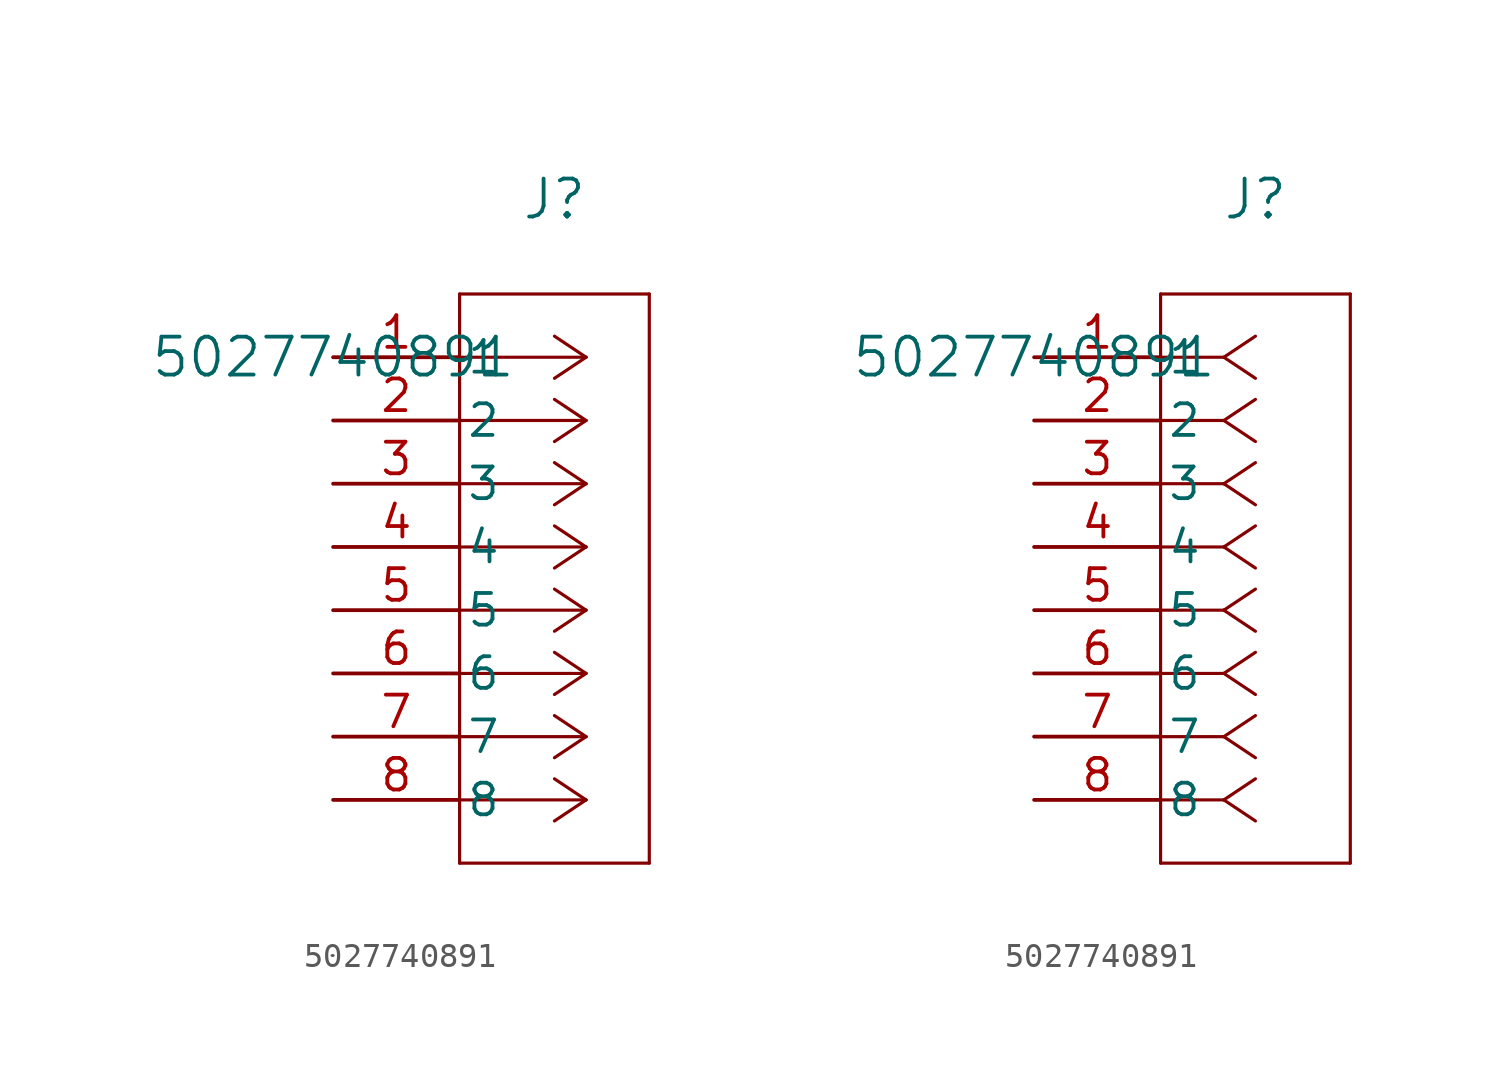
<source format=kicad_sym>
(kicad_symbol_lib
  (version 20211014)
  (generator kicad_symbol_editor)
  (symbol "5027740891"
    (pin_names
      (offset 0.254))
    (property "Reference" "J"
      (at 8.89 6.35 0)
      (effects (font (size 1.524 1.524))))
    (property "Value" "5027740891"
      (at 0 0 0)
      (effects (font (size 1.524 1.524))))
    (symbol "5027740891_1_1"
      (polyline (pts (xy 10.16 0) (xy 5.08 0)) (stroke (width 0.127) (type default) (color 0 0 0 0)) (fill (type none)))
      (polyline (pts (xy 10.16 -2.54) (xy 5.08 -2.54)) (stroke (width 0.127) (type default) (color 0 0 0 0)) (fill (type none)))
      (polyline (pts (xy 10.16 -5.08) (xy 5.08 -5.08)) (stroke (width 0.127) (type default) (color 0 0 0 0)) (fill (type none)))
      (polyline (pts (xy 10.16 -7.62) (xy 5.08 -7.62)) (stroke (width 0.127) (type default) (color 0 0 0 0)) (fill (type none)))
      (polyline (pts (xy 10.16 -10.16) (xy 5.08 -10.16)) (stroke (width 0.127) (type default) (color 0 0 0 0)) (fill (type none)))
      (polyline (pts (xy 10.16 -12.7) (xy 5.08 -12.7)) (stroke (width 0.127) (type default) (color 0 0 0 0)) (fill (type none)))
      (polyline (pts (xy 10.16 -15.24) (xy 5.08 -15.24)) (stroke (width 0.127) (type default) (color 0 0 0 0)) (fill (type none)))
      (polyline (pts (xy 10.16 -17.78) (xy 5.08 -17.78)) (stroke (width 0.127) (type default) (color 0 0 0 0)) (fill (type none)))
      (polyline (pts (xy 10.16 0) (xy 8.89 0.847)) (stroke (width 0.127) (type default) (color 0 0 0 0)) (fill (type none)))
      (polyline (pts (xy 10.16 -2.54) (xy 8.89 -1.693)) (stroke (width 0.127) (type default) (color 0 0 0 0)) (fill (type none)))
      (polyline (pts (xy 10.16 -5.08) (xy 8.89 -4.233)) (stroke (width 0.127) (type default) (color 0 0 0 0)) (fill (type none)))
      (polyline (pts (xy 10.16 -7.62) (xy 8.89 -6.773)) (stroke (width 0.127) (type default) (color 0 0 0 0)) (fill (type none)))
      (polyline (pts (xy 10.16 -10.16) (xy 8.89 -9.313)) (stroke (width 0.127) (type default) (color 0 0 0 0)) (fill (type none)))
      (polyline (pts (xy 10.16 -12.7) (xy 8.89 -11.853)) (stroke (width 0.127) (type default) (color 0 0 0 0)) (fill (type none)))
      (polyline (pts (xy 10.16 -15.24) (xy 8.89 -14.393)) (stroke (width 0.127) (type default) (color 0 0 0 0)) (fill (type none)))
      (polyline (pts (xy 10.16 -17.78) (xy 8.89 -16.933)) (stroke (width 0.127) (type default) (color 0 0 0 0)) (fill (type none)))
      (polyline (pts (xy 10.16 0) (xy 8.89 -0.847)) (stroke (width 0.127) (type default) (color 0 0 0 0)) (fill (type none)))
      (polyline (pts (xy 10.16 -2.54) (xy 8.89 -3.387)) (stroke (width 0.127) (type default) (color 0 0 0 0)) (fill (type none)))
      (polyline (pts (xy 10.16 -5.08) (xy 8.89 -5.927)) (stroke (width 0.127) (type default) (color 0 0 0 0)) (fill (type none)))
      (polyline (pts (xy 10.16 -7.62) (xy 8.89 -8.467)) (stroke (width 0.127) (type default) (color 0 0 0 0)) (fill (type none)))
      (polyline (pts (xy 10.16 -10.16) (xy 8.89 -11.007)) (stroke (width 0.127) (type default) (color 0 0 0 0)) (fill (type none)))
      (polyline (pts (xy 10.16 -12.7) (xy 8.89 -13.547)) (stroke (width 0.127) (type default) (color 0 0 0 0)) (fill (type none)))
      (polyline (pts (xy 10.16 -15.24) (xy 8.89 -16.087)) (stroke (width 0.127) (type default) (color 0 0 0 0)) (fill (type none)))
      (polyline (pts (xy 10.16 -17.78) (xy 8.89 -18.627)) (stroke (width 0.127) (type default) (color 0 0 0 0)) (fill (type none)))
      (polyline (pts (xy 5.08 2.54) (xy 5.08 -20.32)) (stroke (width 0.127) (type default) (color 0 0 0 0)) (fill (type none)))
      (polyline (pts (xy 5.08 -20.32) (xy 12.7 -20.32)) (stroke (width 0.127) (type default) (color 0 0 0 0)) (fill (type none)))
      (polyline (pts (xy 12.7 -20.32) (xy 12.7 2.54)) (stroke (width 0.127) (type default) (color 0 0 0 0)) (fill (type none)))
      (polyline (pts (xy 12.7 2.54) (xy 5.08 2.54)) (stroke (width 0.127) (type default) (color 0 0 0 0)) (fill (type none)))
      (pin unspecified line (at 0 0 0) (length 5.08) (name "1" (effects (font (size 1.27 1.27)))) (number "1" (effects (font (size 1.27 1.27)))))
      (pin unspecified line (at 0 -2.54 0) (length 5.08) (name "2" (effects (font (size 1.27 1.27)))) (number "2" (effects (font (size 1.27 1.27)))))
      (pin unspecified line (at 0 -5.08 0) (length 5.08) (name "3" (effects (font (size 1.27 1.27)))) (number "3" (effects (font (size 1.27 1.27)))))
      (pin unspecified line (at 0 -7.62 0) (length 5.08) (name "4" (effects (font (size 1.27 1.27)))) (number "4" (effects (font (size 1.27 1.27)))))
      (pin unspecified line (at 0 -10.16 0) (length 5.08) (name "5" (effects (font (size 1.27 1.27)))) (number "5" (effects (font (size 1.27 1.27)))))
      (pin unspecified line (at 0 -12.7 0) (length 5.08) (name "6" (effects (font (size 1.27 1.27)))) (number "6" (effects (font (size 1.27 1.27)))))
      (pin unspecified line (at 0 -15.24 0) (length 5.08) (name "7" (effects (font (size 1.27 1.27)))) (number "7" (effects (font (size 1.27 1.27)))))
      (pin unspecified line (at 0 -17.78 0) (length 5.08) (name "8" (effects (font (size 1.27 1.27)))) (number "8" (effects (font (size 1.27 1.27))))))
    (symbol "5027740891_1_2"
      (polyline (pts (xy 7.62 0) (xy 5.08 0)) (stroke (width 0.127) (type default) (color 0 0 0 0)) (fill (type none)))
      (polyline (pts (xy 7.62 -2.54) (xy 5.08 -2.54)) (stroke (width 0.127) (type default) (color 0 0 0 0)) (fill (type none)))
      (polyline (pts (xy 7.62 -5.08) (xy 5.08 -5.08)) (stroke (width 0.127) (type default) (color 0 0 0 0)) (fill (type none)))
      (polyline (pts (xy 7.62 -7.62) (xy 5.08 -7.62)) (stroke (width 0.127) (type default) (color 0 0 0 0)) (fill (type none)))
      (polyline (pts (xy 7.62 -10.16) (xy 5.08 -10.16)) (stroke (width 0.127) (type default) (color 0 0 0 0)) (fill (type none)))
      (polyline (pts (xy 7.62 -12.7) (xy 5.08 -12.7)) (stroke (width 0.127) (type default) (color 0 0 0 0)) (fill (type none)))
      (polyline (pts (xy 7.62 -15.24) (xy 5.08 -15.24)) (stroke (width 0.127) (type default) (color 0 0 0 0)) (fill (type none)))
      (polyline (pts (xy 7.62 -17.78) (xy 5.08 -17.78)) (stroke (width 0.127) (type default) (color 0 0 0 0)) (fill (type none)))
      (polyline (pts (xy 7.62 0) (xy 8.89 0.847)) (stroke (width 0.127) (type default) (color 0 0 0 0)) (fill (type none)))
      (polyline (pts (xy 7.62 -2.54) (xy 8.89 -1.693)) (stroke (width 0.127) (type default) (color 0 0 0 0)) (fill (type none)))
      (polyline (pts (xy 7.62 -5.08) (xy 8.89 -4.233)) (stroke (width 0.127) (type default) (color 0 0 0 0)) (fill (type none)))
      (polyline (pts (xy 7.62 -7.62) (xy 8.89 -6.773)) (stroke (width 0.127) (type default) (color 0 0 0 0)) (fill (type none)))
      (polyline (pts (xy 7.62 -10.16) (xy 8.89 -9.313)) (stroke (width 0.127) (type default) (color 0 0 0 0)) (fill (type none)))
      (polyline (pts (xy 7.62 -12.7) (xy 8.89 -11.853)) (stroke (width 0.127) (type default) (color 0 0 0 0)) (fill (type none)))
      (polyline (pts (xy 7.62 -15.24) (xy 8.89 -14.393)) (stroke (width 0.127) (type default) (color 0 0 0 0)) (fill (type none)))
      (polyline (pts (xy 7.62 -17.78) (xy 8.89 -16.933)) (stroke (width 0.127) (type default) (color 0 0 0 0)) (fill (type none)))
      (polyline (pts (xy 7.62 0) (xy 8.89 -0.847)) (stroke (width 0.127) (type default) (color 0 0 0 0)) (fill (type none)))
      (polyline (pts (xy 7.62 -2.54) (xy 8.89 -3.387)) (stroke (width 0.127) (type default) (color 0 0 0 0)) (fill (type none)))
      (polyline (pts (xy 7.62 -5.08) (xy 8.89 -5.927)) (stroke (width 0.127) (type default) (color 0 0 0 0)) (fill (type none)))
      (polyline (pts (xy 7.62 -7.62) (xy 8.89 -8.467)) (stroke (width 0.127) (type default) (color 0 0 0 0)) (fill (type none)))
      (polyline (pts (xy 7.62 -10.16) (xy 8.89 -11.007)) (stroke (width 0.127) (type default) (color 0 0 0 0)) (fill (type none)))
      (polyline (pts (xy 7.62 -12.7) (xy 8.89 -13.547)) (stroke (width 0.127) (type default) (color 0 0 0 0)) (fill (type none)))
      (polyline (pts (xy 7.62 -15.24) (xy 8.89 -16.087)) (stroke (width 0.127) (type default) (color 0 0 0 0)) (fill (type none)))
      (polyline (pts (xy 7.62 -17.78) (xy 8.89 -18.627)) (stroke (width 0.127) (type default) (color 0 0 0 0)) (fill (type none)))
      (polyline (pts (xy 5.08 2.54) (xy 5.08 -20.32)) (stroke (width 0.127) (type default) (color 0 0 0 0)) (fill (type none)))
      (polyline (pts (xy 5.08 -20.32) (xy 12.7 -20.32)) (stroke (width 0.127) (type default) (color 0 0 0 0)) (fill (type none)))
      (polyline (pts (xy 12.7 -20.32) (xy 12.7 2.54)) (stroke (width 0.127) (type default) (color 0 0 0 0)) (fill (type none)))
      (polyline (pts (xy 12.7 2.54) (xy 5.08 2.54)) (stroke (width 0.127) (type default) (color 0 0 0 0)) (fill (type none)))
      (pin unspecified line (at 0 0 0) (length 5.08) (name "1" (effects (font (size 1.27 1.27)))) (number "1" (effects (font (size 1.27 1.27)))))
      (pin unspecified line (at 0 -2.54 0) (length 5.08) (name "2" (effects (font (size 1.27 1.27)))) (number "2" (effects (font (size 1.27 1.27)))))
      (pin unspecified line (at 0 -5.08 0) (length 5.08) (name "3" (effects (font (size 1.27 1.27)))) (number "3" (effects (font (size 1.27 1.27)))))
      (pin unspecified line (at 0 -7.62 0) (length 5.08) (name "4" (effects (font (size 1.27 1.27)))) (number "4" (effects (font (size 1.27 1.27)))))
      (pin unspecified line (at 0 -10.16 0) (length 5.08) (name "5" (effects (font (size 1.27 1.27)))) (number "5" (effects (font (size 1.27 1.27)))))
      (pin unspecified line (at 0 -12.7 0) (length 5.08) (name "6" (effects (font (size 1.27 1.27)))) (number "6" (effects (font (size 1.27 1.27)))))
      (pin unspecified line (at 0 -15.24 0) (length 5.08) (name "7" (effects (font (size 1.27 1.27)))) (number "7" (effects (font (size 1.27 1.27)))))
      (pin unspecified line (at 0 -17.78 0) (length 5.08) (name "8" (effects (font (size 1.27 1.27)))) (number "8" (effects (font (size 1.27 1.27))))))))
</source>
